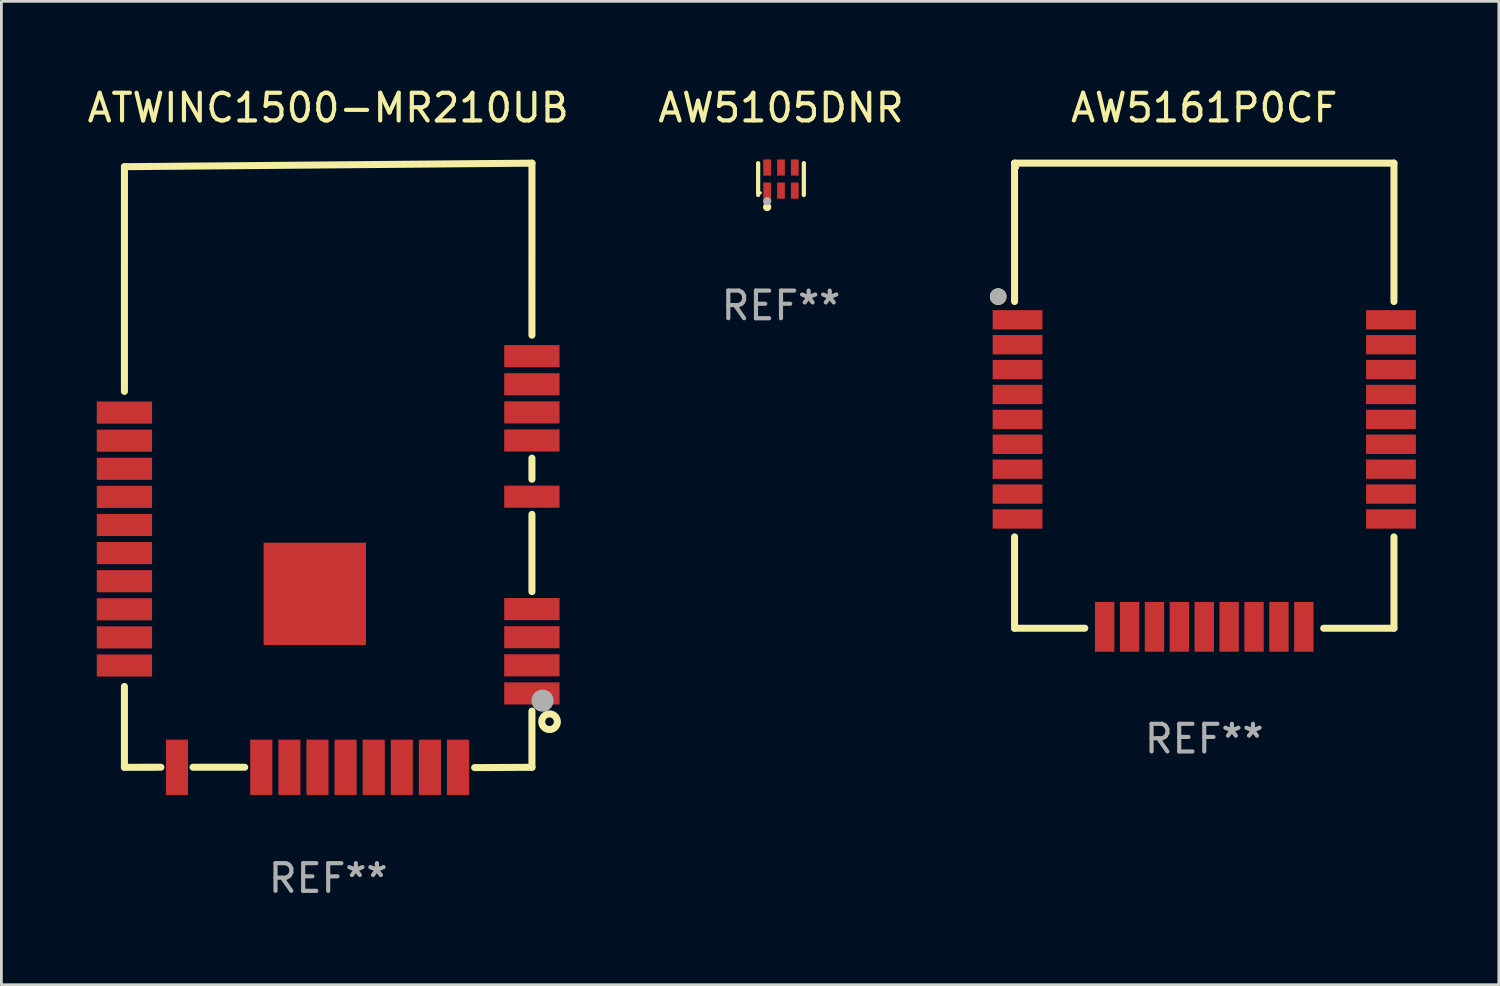
<source format=kicad_pcb>
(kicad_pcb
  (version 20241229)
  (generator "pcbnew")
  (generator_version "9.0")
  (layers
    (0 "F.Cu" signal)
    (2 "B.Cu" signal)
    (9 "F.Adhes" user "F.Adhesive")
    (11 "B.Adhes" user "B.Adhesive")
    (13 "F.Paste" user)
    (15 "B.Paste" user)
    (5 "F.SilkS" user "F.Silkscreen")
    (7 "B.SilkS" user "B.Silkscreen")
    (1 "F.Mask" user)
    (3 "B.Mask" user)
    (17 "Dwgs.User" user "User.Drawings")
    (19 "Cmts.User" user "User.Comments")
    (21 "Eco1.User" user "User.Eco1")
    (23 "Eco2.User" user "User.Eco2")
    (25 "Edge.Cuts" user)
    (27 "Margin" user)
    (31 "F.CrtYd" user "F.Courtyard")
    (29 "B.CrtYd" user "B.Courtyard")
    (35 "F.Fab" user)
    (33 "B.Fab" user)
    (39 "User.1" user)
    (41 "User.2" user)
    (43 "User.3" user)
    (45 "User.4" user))
  (footprint "ATWINC1500-MR210UB"
    (layer "F.Cu")
    (at 8.815 13.775)
    (property "Reference" "ATWINC1500-MR210UB" (at 0 -12.926 0) (layer "F.SilkS") (effects (font (size 1 1) (thickness 0.15))))
    (attr through_hole)
    (fp_line (start -7.367 7.993) (end -7.367 10.915) (stroke (width 0.254) (type solid)) (layer "F.SilkS"))
    (fp_line (start -7.367 10.915) (end -6.047 10.913) (stroke (width 0.254) (type solid)) (layer "F.SilkS"))
    (fp_line (start -7.366 -10.799) (end -7.367 -2.675) (stroke (width 0.254) (type solid)) (layer "F.SilkS"))
    (fp_line (start -7.366 -10.799) (end 7.367 -10.926) (stroke (width 0.254) (type solid)) (layer "F.SilkS"))
    (fp_line (start -4.887 10.913) (end -3.017 10.913) (stroke (width 0.254) (type solid)) (layer "F.SilkS"))
    (fp_line (start 5.293 10.926) (end 7.366 10.915) (stroke (width 0.254) (type solid)) (layer "F.SilkS"))
    (fp_line (start 7.366 0.5) (end 7.366 -0.262) (stroke (width 0.254) (type solid)) (layer "F.SilkS"))
    (fp_line (start 7.366 4.564) (end 7.366 1.77) (stroke (width 0.254) (type solid)) (layer "F.SilkS"))
    (fp_line (start 7.366 10.915) (end 7.366 8.882) (stroke (width 0.254) (type solid)) (layer "F.SilkS"))
    (fp_line (start 7.367 -10.926) (end 7.366 -4.707) (stroke (width 0.254) (type solid)) (layer "F.SilkS"))
    (fp_circle (center 7.365 10.915) (end 7.395 10.915) (stroke (width 0.06) (type solid)) (fill no) (layer "F.SilkS"))
    (fp_circle (center 8.002 9.267) (end 8.285 9.267) (stroke (width 0.254) (type solid)) (fill no) (layer "F.SilkS"))
    (fp_circle (center 7.748 8.505) (end 7.948 8.505) (stroke (width 0.4) (type solid)) (fill no) (layer "F.Fab"))
    (fp_text user "REF**" (at 0 14.926 0) (layer "F.Fab") (effects (font (size 1 1) (thickness 0.15))))
    (pad "1" smd rect (at 7.364 8.244) (size 2 0.8) (layers "F.Cu" "F.Mask" "F.Paste"))
    (pad "2" smd rect (at 7.364 7.228) (size 2 0.8) (layers "F.Cu" "F.Mask" "F.Paste"))
    (pad "3" smd rect (at 7.364 6.212) (size 2 0.8) (layers "F.Cu" "F.Mask" "F.Paste"))
    (pad "4" smd rect (at 7.364 5.196) (size 2 0.8) (layers "F.Cu" "F.Mask" "F.Paste"))
    (pad "5" smd rect (at 7.364 1.132) (size 2 0.8) (layers "F.Cu" "F.Mask" "F.Paste"))
    (pad "6" smd rect (at 7.364 -0.9) (size 2 0.8) (layers "F.Cu" "F.Mask" "F.Paste"))
    (pad "7" smd rect (at 7.364 -1.916) (size 2 0.8) (layers "F.Cu" "F.Mask" "F.Paste"))
    (pad "8" smd rect (at 7.364 -2.932) (size 2 0.8) (layers "F.Cu" "F.Mask" "F.Paste"))
    (pad "9" smd rect (at 7.364 -3.948) (size 2 0.8) (layers "F.Cu" "F.Mask" "F.Paste"))
    (pad "10" smd rect (at -7.366 -1.909) (size 2 0.8) (layers "F.Cu" "F.Mask" "F.Paste"))
    (pad "11" smd rect (at -7.366 -0.893) (size 2 0.8) (layers "F.Cu" "F.Mask" "F.Paste"))
    (pad "12" smd rect (at -7.366 0.123) (size 2 0.8) (layers "F.Cu" "F.Mask" "F.Paste"))
    (pad "13" smd rect (at -7.366 1.139) (size 2 0.8) (layers "F.Cu" "F.Mask" "F.Paste"))
    (pad "14" smd rect (at -7.366 2.155) (size 2 0.8) (layers "F.Cu" "F.Mask" "F.Paste"))
    (pad "15" smd rect (at -7.366 3.171) (size 2 0.8) (layers "F.Cu" "F.Mask" "F.Paste"))
    (pad "16" smd rect (at -7.366 4.187) (size 2 0.8) (layers "F.Cu" "F.Mask" "F.Paste"))
    (pad "17" smd rect (at -7.366 5.203) (size 2 0.8) (layers "F.Cu" "F.Mask" "F.Paste"))
    (pad "18" smd rect (at -7.366 6.219) (size 2 0.8) (layers "F.Cu" "F.Mask" "F.Paste"))
    (pad "19" smd rect (at -7.366 7.235) (size 2 0.8) (layers "F.Cu" "F.Mask" "F.Paste"))
    (pad "20" smd rect (at -5.467 10.915 90) (size 2 0.8) (layers "F.Cu" "F.Mask" "F.Paste"))
    (pad "21" smd rect (at -2.419 10.915 90) (size 2 0.8) (layers "F.Cu" "F.Mask" "F.Paste"))
    (pad "22" smd rect (at -1.403 10.915 90) (size 2 0.8) (layers "F.Cu" "F.Mask" "F.Paste"))
    (pad "23" smd rect (at -0.387 10.915 90) (size 2 0.8) (layers "F.Cu" "F.Mask" "F.Paste"))
    (pad "24" smd rect (at 0.629 10.915 90) (size 2 0.8) (layers "F.Cu" "F.Mask" "F.Paste"))
    (pad "25" smd rect (at 1.645 10.915 90) (size 2 0.8) (layers "F.Cu" "F.Mask" "F.Paste"))
    (pad "26" smd rect (at 2.661 10.915 90) (size 2 0.8) (layers "F.Cu" "F.Mask" "F.Paste"))
    (pad "27" smd rect (at 3.677 10.915 90) (size 2 0.8) (layers "F.Cu" "F.Mask" "F.Paste"))
    (pad "28" smd rect (at 4.693 10.915 90) (size 2 0.8) (layers "F.Cu" "F.Mask" "F.Paste"))
    (pad "29" smd rect (at -0.485 4.645) (size 3.7 3.7) (layers "F.Cu" "F.Mask" "F.Paste")))
  (footprint "AW5105DNR"
    (layer "F.Cu")
    (at 25.185 3.424)
    (property "Reference" "AW5105DNR" (at 0 -2.576 0) (layer "F.SilkS") (effects (font (size 1 1) (thickness 0.15))))
    (attr through_hole)
    (fp_line (start -0.826 0.576) (end -0.826 -0.576) (stroke (width 0.152) (type solid)) (layer "F.SilkS"))
    (fp_line (start 0.826 0.576) (end 0.826 -0.576) (stroke (width 0.152) (type solid)) (layer "F.SilkS"))
    (fp_circle (center -0.75 0.5) (end -0.72 0.5) (stroke (width 0.06) (type solid)) (fill no) (layer "F.SilkS"))
    (fp_circle (center -0.5 1.01) (end -0.425 1.01) (stroke (width 0.15) (type solid)) (fill no) (layer "F.SilkS"))
    (fp_circle (center -0.5 0.8) (end -0.425 0.8) (stroke (width 0.15) (type solid)) (fill no) (layer "F.Fab"))
    (fp_text user "REF**" (at 0 4.576 0) (layer "F.Fab") (effects (font (size 1 1) (thickness 0.15))))
    (pad "1" smd rect (at -0.5 0.418) (size 0.28 0.585) (layers "F.Cu" "F.Mask" "F.Paste"))
    (pad "2" smd rect (at 0 0.418) (size 0.28 0.585) (layers "F.Cu" "F.Mask" "F.Paste"))
    (pad "3" smd rect (at 0.5 0.418) (size 0.28 0.585) (layers "F.Cu" "F.Mask" "F.Paste"))
    (pad "4" smd rect (at 0.5 -0.418) (size 0.28 0.585) (layers "F.Cu" "F.Mask" "F.Paste"))
    (pad "5" smd rect (at 0 -0.418) (size 0.28 0.585) (layers "F.Cu" "F.Mask" "F.Paste"))
    (pad "6" smd rect (at -0.5 -0.418) (size 0.28 0.585) (layers "F.Cu" "F.Mask" "F.Paste")))
  (footprint "AW5161P0CF"
    (layer "F.Cu")
    (at 40.487 11.255)
    (property "Reference" "AW5161P0CF" (at 0 -10.407 0) (layer "F.SilkS") (effects (font (size 1 1) (thickness 0.15))))
    (attr through_hole)
    (fp_line (start -6.858 -8.407) (end 6.858 -8.407) (stroke (width 0.254) (type solid)) (layer "F.SilkS"))
    (fp_line (start -6.858 -3.404) (end -6.858 -8.407) (stroke (width 0.254) (type solid)) (layer "F.SilkS"))
    (fp_line (start -6.858 5.105) (end -6.858 8.407) (stroke (width 0.254) (type solid)) (layer "F.SilkS"))
    (fp_line (start -6.858 8.407) (end -4.318 8.407) (stroke (width 0.254) (type solid)) (layer "F.SilkS"))
    (fp_line (start 4.318 8.407) (end 6.858 8.407) (stroke (width 0.254) (type solid)) (layer "F.SilkS"))
    (fp_line (start 6.858 -8.407) (end 6.858 -3.404) (stroke (width 0.254) (type solid)) (layer "F.SilkS"))
    (fp_line (start 6.858 8.407) (end 6.858 5.105) (stroke (width 0.254) (type solid)) (layer "F.SilkS"))
    (fp_circle (center -7.449 -3.581) (end -7.299 -3.581) (stroke (width 0.3) (type solid)) (fill no) (layer "F.SilkS"))
    (fp_circle (center -6.75 -8.243) (end -6.72 -8.243) (stroke (width 0.06) (type solid)) (fill no) (layer "F.SilkS"))
    (fp_circle (center -7.449 -3.581) (end -7.299 -3.581) (stroke (width 0.3) (type solid)) (fill no) (layer "F.Fab"))
    (fp_text user "REF**" (at 0 12.407 0) (layer "F.Fab") (effects (font (size 1 1) (thickness 0.15))))
    (pad "1" smd rect (at -6.75 -2.743) (size 1.8 0.7) (layers "F.Cu" "F.Mask" "F.Paste"))
    (pad "2" smd rect (at -6.75 -1.843) (size 1.8 0.7) (layers "F.Cu" "F.Mask" "F.Paste"))
    (pad "3" smd rect (at -6.75 -0.943) (size 1.8 0.7) (layers "F.Cu" "F.Mask" "F.Paste"))
    (pad "4" smd rect (at -6.75 -0.043) (size 1.8 0.7) (layers "F.Cu" "F.Mask" "F.Paste"))
    (pad "5" smd rect (at -6.75 0.857) (size 1.8 0.7) (layers "F.Cu" "F.Mask" "F.Paste"))
    (pad "6" smd rect (at -6.75 1.757) (size 1.8 0.7) (layers "F.Cu" "F.Mask" "F.Paste"))
    (pad "7" smd rect (at -6.75 2.657) (size 1.8 0.7) (layers "F.Cu" "F.Mask" "F.Paste"))
    (pad "8" smd rect (at -6.75 3.557) (size 1.8 0.7) (layers "F.Cu" "F.Mask" "F.Paste"))
    (pad "9" smd rect (at -6.75 4.457) (size 1.8 0.7) (layers "F.Cu" "F.Mask" "F.Paste"))
    (pad "10" smd rect (at -3.6 8.357 90) (size 1.8 0.7) (layers "F.Cu" "F.Mask" "F.Paste"))
    (pad "11" smd rect (at -2.7 8.357 90) (size 1.8 0.7) (layers "F.Cu" "F.Mask" "F.Paste"))
    (pad "12" smd rect (at -1.8 8.357 90) (size 1.8 0.7) (layers "F.Cu" "F.Mask" "F.Paste"))
    (pad "13" smd rect (at -0.9 8.357 90) (size 1.8 0.7) (layers "F.Cu" "F.Mask" "F.Paste"))
    (pad "14" smd rect (at -0.000051 8.357 90) (size 1.8 0.7) (layers "F.Cu" "F.Mask" "F.Paste"))
    (pad "15" smd rect (at 0.9 8.357 90) (size 1.8 0.7) (layers "F.Cu" "F.Mask" "F.Paste"))
    (pad "16" smd rect (at 1.8 8.357 90) (size 1.8 0.7) (layers "F.Cu" "F.Mask" "F.Paste"))
    (pad "17" smd rect (at 2.7 8.357 90) (size 1.8 0.7) (layers "F.Cu" "F.Mask" "F.Paste"))
    (pad "18" smd rect (at 3.6 8.357 90) (size 1.8 0.7) (layers "F.Cu" "F.Mask" "F.Paste"))
    (pad "19" smd rect (at 6.75 4.457 180) (size 1.8 0.7) (layers "F.Cu" "F.Mask" "F.Paste"))
    (pad "20" smd rect (at 6.75 3.557 180) (size 1.8 0.7) (layers "F.Cu" "F.Mask" "F.Paste"))
    (pad "21" smd rect (at 6.75 2.657 180) (size 1.8 0.7) (layers "F.Cu" "F.Mask" "F.Paste"))
    (pad "22" smd rect (at 6.75 1.757 180) (size 1.8 0.7) (layers "F.Cu" "F.Mask" "F.Paste"))
    (pad "23" smd rect (at 6.75 0.857 180) (size 1.8 0.7) (layers "F.Cu" "F.Mask" "F.Paste"))
    (pad "24" smd rect (at 6.75 -0.043 180) (size 1.8 0.7) (layers "F.Cu" "F.Mask" "F.Paste"))
    (pad "25" smd rect (at 6.75 -0.943 180) (size 1.8 0.7) (layers "F.Cu" "F.Mask" "F.Paste"))
    (pad "26" smd rect (at 6.75 -1.843 180) (size 1.8 0.7) (layers "F.Cu" "F.Mask" "F.Paste"))
    (pad "27" smd rect (at 6.75 -2.743 180) (size 1.8 0.7) (layers "F.Cu" "F.Mask" "F.Paste")))
  (gr_rect
    (start -3 -3)
    (end 51.137 32.549)
    (stroke (width 0.1) (type default))
    (fill no)
    (layer "Edge.Cuts")))
</source>
